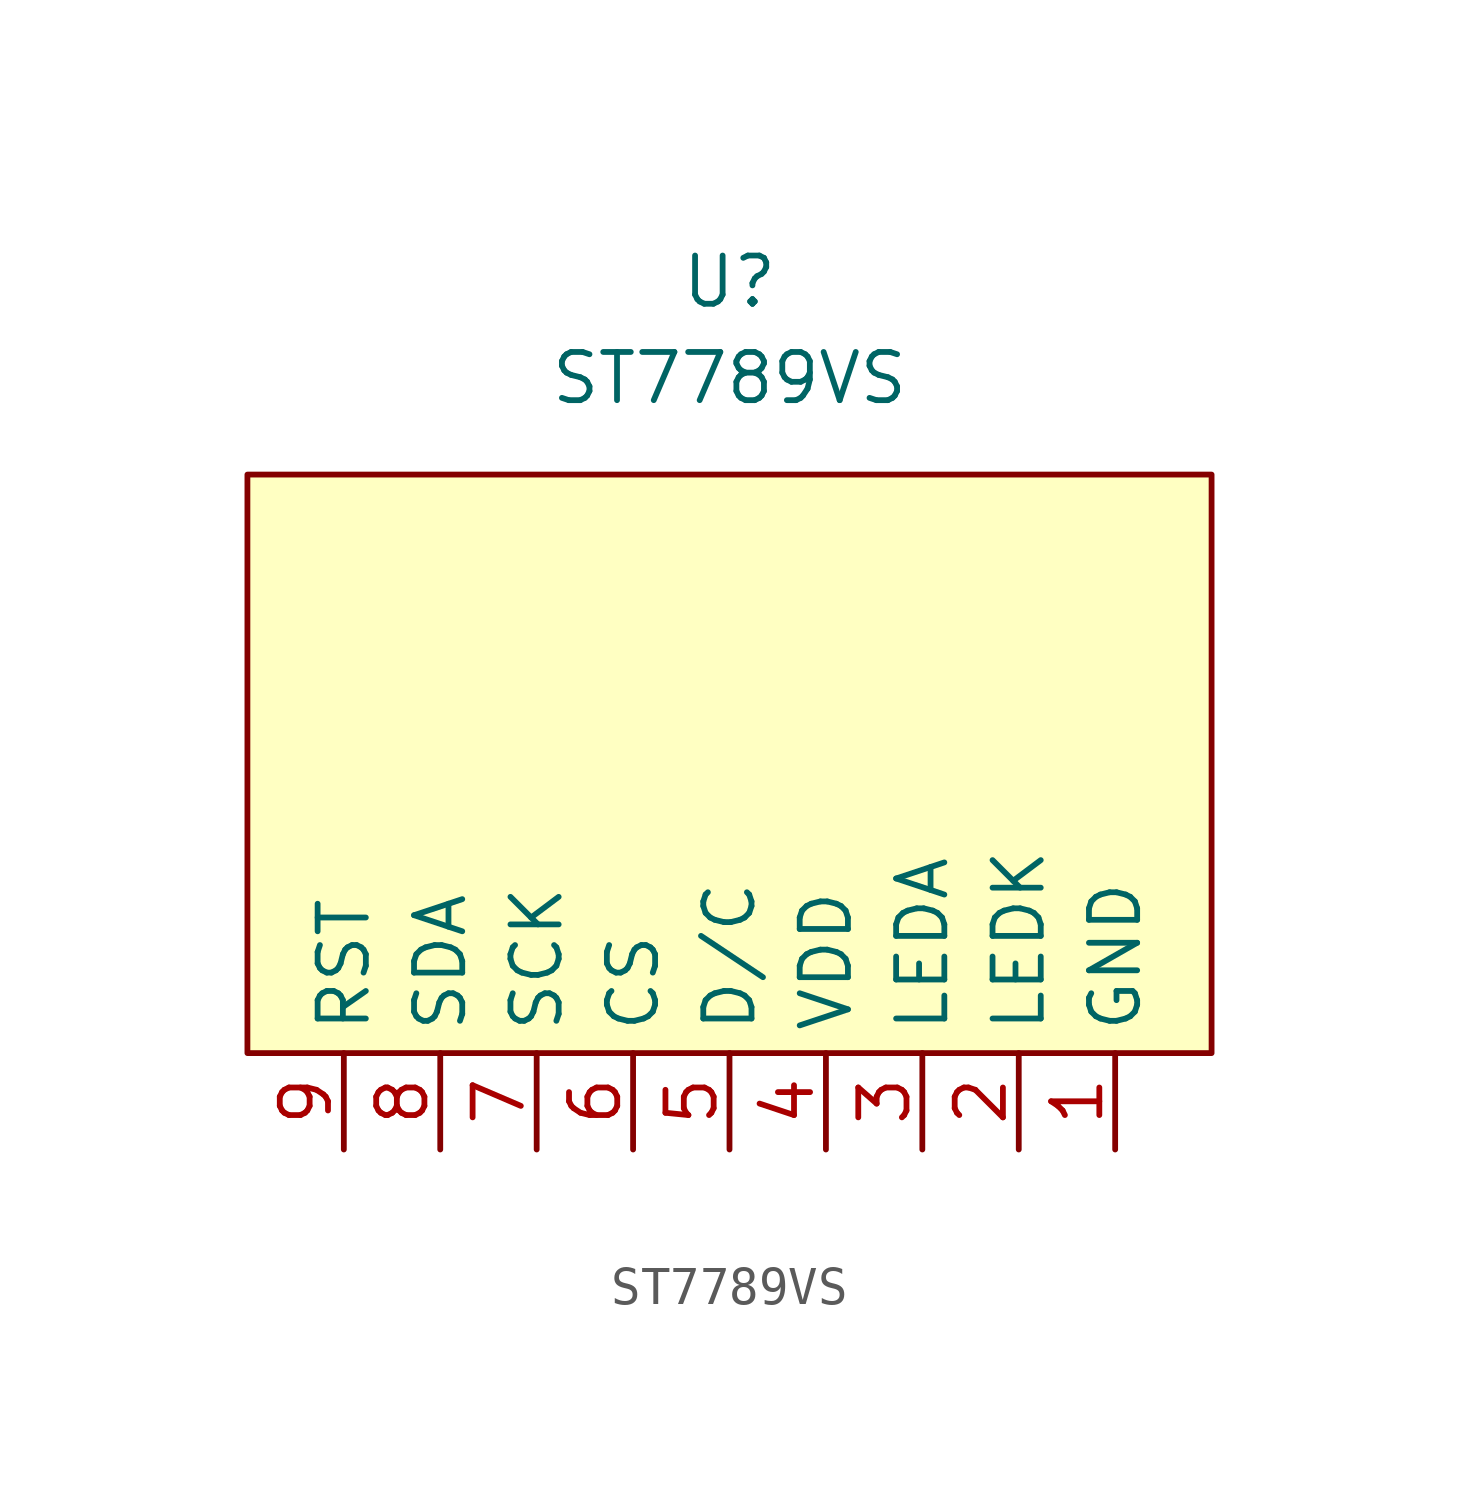
<source format=kicad_sym>
(kicad_symbol_lib
  (version 20211014)
  (generator kicad_symbol_editor)
  (symbol "ST7789VS"
    (property "Reference" "U"
      (at 0 2.54 0)
      (effects (font (size 1.27 1.27))))
    (property "Value" "ST7789VS"
      (at 0 0 0)
      (effects (font (size 1.27 1.27))))
    (symbol "ST7789VS_0_1"
      (rectangle (start -12.7 -2.54) (end 12.7 -17.78) (stroke (width 0) (type default) (color 0 0 0 0)) (fill (type background))))
    (symbol "ST7789VS_1_1"
      (pin input line (at 10.16 -20.32 90) (length 2.54) (name "GND" (effects (font (size 1.27 1.27)))) (number "1" (effects (font (size 1.27 1.27)))))
      (pin input line (at 7.62 -20.32 90) (length 2.54) (name "LEDK" (effects (font (size 1.27 1.27)))) (number "2" (effects (font (size 1.27 1.27)))))
      (pin input line (at 5.08 -20.32 90) (length 2.54) (name "LEDA" (effects (font (size 1.27 1.27)))) (number "3" (effects (font (size 1.27 1.27)))))
      (pin input line (at 2.54 -20.32 90) (length 2.54) (name "VDD" (effects (font (size 1.27 1.27)))) (number "4" (effects (font (size 1.27 1.27)))))
      (pin input line (at 0 -20.32 90) (length 2.54) (name "D/C" (effects (font (size 1.27 1.27)))) (number "5" (effects (font (size 1.27 1.27)))))
      (pin input line (at -2.54 -20.32 90) (length 2.54) (name "CS" (effects (font (size 1.27 1.27)))) (number "6" (effects (font (size 1.27 1.27)))))
      (pin input line (at -5.08 -20.32 90) (length 2.54) (name "SCK" (effects (font (size 1.27 1.27)))) (number "7" (effects (font (size 1.27 1.27)))))
      (pin input line (at -7.62 -20.32 90) (length 2.54) (name "SDA" (effects (font (size 1.27 1.27)))) (number "8" (effects (font (size 1.27 1.27)))))
      (pin input line (at -10.16 -20.32 90) (length 2.54) (name "RST" (effects (font (size 1.27 1.27)))) (number "9" (effects (font (size 1.27 1.27))))))))
</source>
